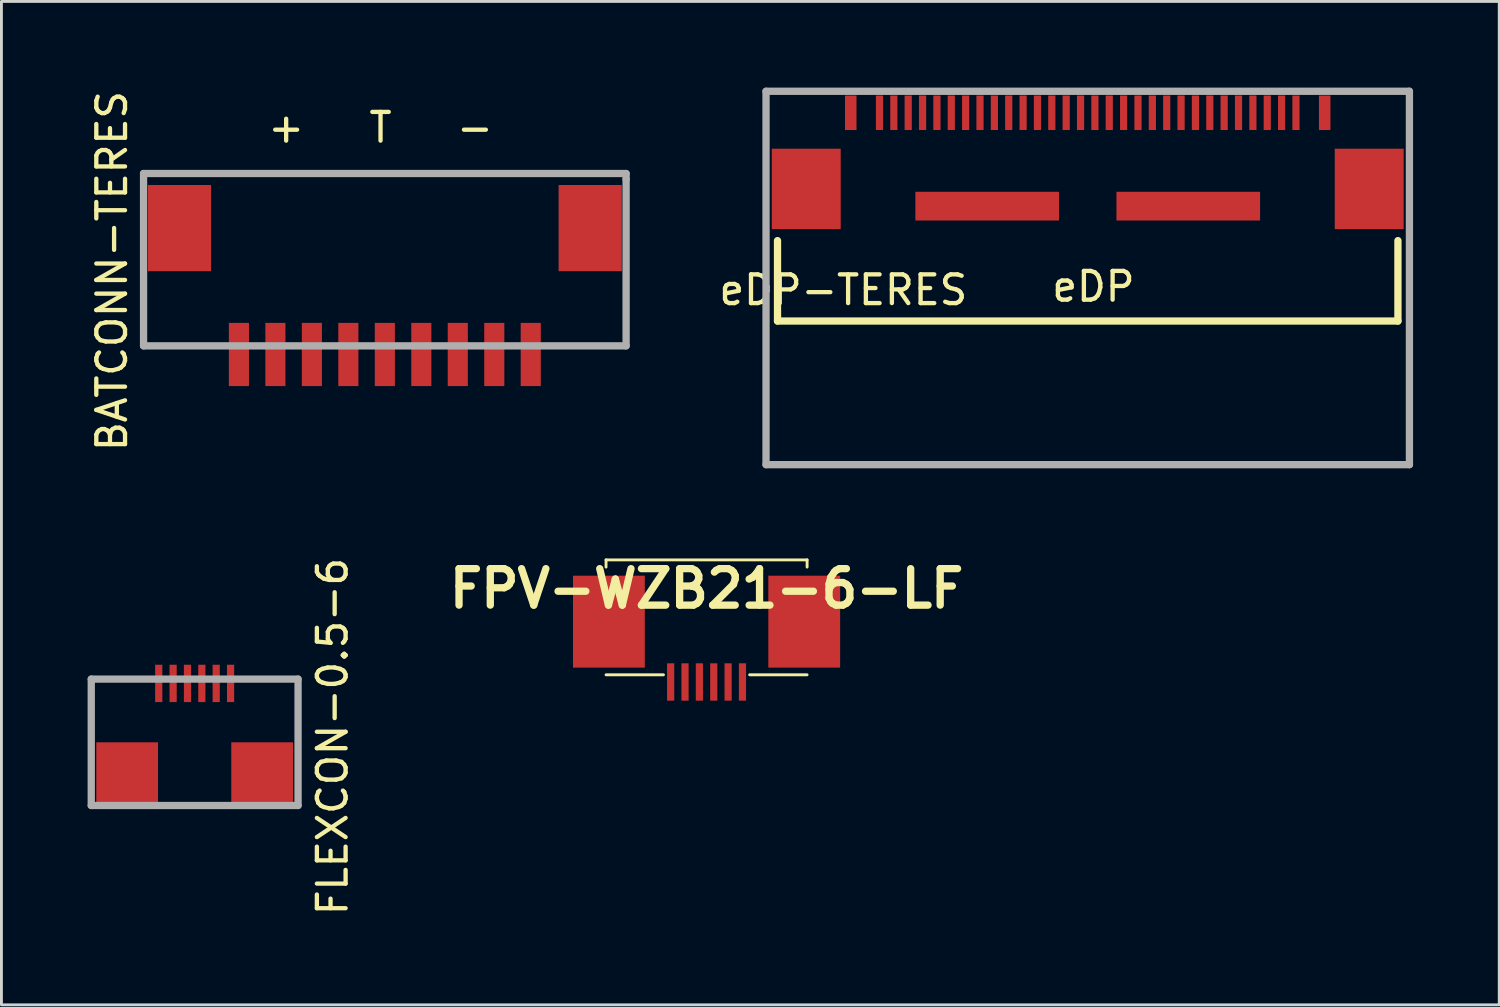
<source format=kicad_pcb>
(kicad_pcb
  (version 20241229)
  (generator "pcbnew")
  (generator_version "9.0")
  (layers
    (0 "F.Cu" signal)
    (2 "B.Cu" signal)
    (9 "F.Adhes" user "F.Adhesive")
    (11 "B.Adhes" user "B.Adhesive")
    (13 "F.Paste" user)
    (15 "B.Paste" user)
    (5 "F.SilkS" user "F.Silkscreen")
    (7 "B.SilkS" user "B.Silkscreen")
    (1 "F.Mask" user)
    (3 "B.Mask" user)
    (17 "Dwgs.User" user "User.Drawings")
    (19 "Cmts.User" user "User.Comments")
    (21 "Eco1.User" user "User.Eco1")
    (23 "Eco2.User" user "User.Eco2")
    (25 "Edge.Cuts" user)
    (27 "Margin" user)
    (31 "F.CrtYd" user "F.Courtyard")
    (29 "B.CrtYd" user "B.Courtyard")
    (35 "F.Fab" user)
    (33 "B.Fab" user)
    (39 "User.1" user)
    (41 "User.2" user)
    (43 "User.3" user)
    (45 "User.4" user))
  (footprint "BATCONN-TERES"
    (layer "F.Cu")
    (at 10.348 6.387)
    (property "Reference" "BATCONN-TERES" (at -9.5 0 270) (layer "F.SilkS") (effects (font (size 1 1) (thickness 0.15))))
    (attr through_hole)
    (fp_line (start -8.4 -3.396) (end -8.4 2.604) (stroke (width 0.254) (type solid)) (layer "F.Fab"))
    (fp_line (start -8.4 2.604) (end 8.4 2.604) (stroke (width 0.254) (type solid)) (layer "F.Fab"))
    (fp_line (start 8.4 -3.396) (end -8.4 -3.396) (stroke (width 0.254) (type solid)) (layer "F.Fab"))
    (fp_line (start 8.4 -3.196) (end 8.4 -3.396) (stroke (width 0.254) (type solid)) (layer "F.Fab"))
    (fp_line (start 8.4 2.604) (end 8.4 -3.196) (stroke (width 0.254) (type solid)) (layer "F.Fab"))
    (fp_text user "+   T   -" (at -0.15 -4.996 180) (layer "F.SilkS") (effects (font (size 1 1) (thickness 0.15))))
    (pad "0" smd rect (at -7.15 -1.496 180) (size 2.2 3) (layers "F.Cu" "F.Mask" "F.Paste"))
    (pad "0" smd rect (at 7.15 -1.496 180) (size 2.2 3) (layers "F.Cu" "F.Mask" "F.Paste"))
    (pad "1" smd rect (at -5.08 2.904 180) (size 0.7 2.2) (layers "F.Cu" "F.Mask" "F.Paste"))
    (pad "2" smd rect (at -3.81 2.904 180) (size 0.7 2.2) (layers "F.Cu" "F.Mask" "F.Paste"))
    (pad "3" smd rect (at -2.54 2.904 180) (size 0.7 2.2) (layers "F.Cu" "F.Mask" "F.Paste"))
    (pad "4" smd rect (at -1.27 2.904 180) (size 0.7 2.2) (layers "F.Cu" "F.Mask" "F.Paste"))
    (pad "5" smd rect (at 0 2.904 180) (size 0.7 2.2) (layers "F.Cu" "F.Mask" "F.Paste"))
    (pad "6" smd rect (at 1.27 2.904 180) (size 0.7 2.2) (layers "F.Cu" "F.Mask" "F.Paste"))
    (pad "7" smd rect (at 2.54 2.904 180) (size 0.7 2.2) (layers "F.Cu" "F.Mask" "F.Paste"))
    (pad "8" smd rect (at 3.81 2.904 180) (size 0.7 2.2) (layers "F.Cu" "F.Mask" "F.Paste"))
    (pad "9" smd rect (at 5.08 2.904 180) (size 0.7 2.2) (layers "F.Cu" "F.Mask" "F.Paste")))
  (footprint "FPV-WZB21-6-LF"
    (layer "F.Cu")
    (at 21.549 18.943)
    (property "Reference" "FPV-WZB21-6-LF" (at 0 -1.5 0) (layer "F.SilkS") (effects (font (size 1.27 1.27) (thickness 0.254))))
    (attr smd)
    (fp_line (start -3.5 -2.5) (end -3.5 -2.25) (stroke (width 0.1) (type solid)) (layer "F.SilkS"))
    (fp_line (start -3.5 1.5) (end -1.5 1.5) (stroke (width 0.1) (type solid)) (layer "F.SilkS"))
    (fp_line (start 1.5 1.5) (end 3.5 1.5) (stroke (width 0.1) (type solid)) (layer "F.SilkS"))
    (fp_line (start 3.5 -2.5) (end -3.5 -2.5) (stroke (width 0.1) (type solid)) (layer "F.SilkS"))
    (fp_line (start 3.5 -2.25) (end 3.5 -2.5) (stroke (width 0.1) (type solid)) (layer "F.SilkS"))
    (pad "1" smd rect (at -1.25 1.75 180) (size 0.25 1.3) (layers "F.Cu" "F.Mask" "F.Paste"))
    (pad "2" smd rect (at -0.75 1.75 180) (size 0.25 1.3) (layers "F.Cu" "F.Mask" "F.Paste"))
    (pad "3" smd rect (at -0.25 1.75 180) (size 0.25 1.3) (layers "F.Cu" "F.Mask" "F.Paste"))
    (pad "4" smd rect (at 0.25 1.75 180) (size 0.25 1.3) (layers "F.Cu" "F.Mask" "F.Paste"))
    (pad "5" smd rect (at 0.75 1.75 180) (size 0.25 1.3) (layers "F.Cu" "F.Mask" "F.Paste"))
    (pad "6" smd rect (at 1.25 1.75 180) (size 0.25 1.3) (layers "F.Cu" "F.Mask" "F.Paste"))
    (pad "P1" smd rect (at -3.4 -0.35 180) (size 2.5 3.2) (layers "F.Cu" "F.Mask" "F.Paste"))
    (pad "P2" smd rect (at 3.4 -0.35 180) (size 2.5 3.2) (layers "F.Cu" "F.Mask" "F.Paste")))
  (footprint "FLEXCON-0.5-6"
    (layer "F.Cu")
    (at 3.727 24.993)
    (property "Reference" "FLEXCON-0.5-6" (at 4.8 -2.4 90) (layer "F.SilkS") (effects (font (size 1 1) (thickness 0.15))))
    (attr through_hole)
    (fp_line (start -3.6 -4.4) (end -3.6 0) (stroke (width 0.254) (type solid)) (layer "F.Fab"))
    (fp_line (start -3.6 0) (end 3.6 0) (stroke (width 0.254) (type solid)) (layer "F.Fab"))
    (fp_line (start 3.6 -4.4) (end -3.6 -4.4) (stroke (width 0.254) (type solid)) (layer "F.Fab"))
    (fp_line (start 3.6 0) (end 3.6 -4.4) (stroke (width 0.254) (type solid)) (layer "F.Fab"))
    (pad "0" smd rect (at -2.35 -1.1) (size 2.15 2.2) (layers "F.Cu" "F.Mask" "F.Paste"))
    (pad "0" smd rect (at 2.35 -1.1) (size 2.15 2.2) (layers "F.Cu" "F.Mask" "F.Paste"))
    (pad "1" smd rect (at -1.25 -4.25) (size 0.25 1.3) (layers "F.Cu" "F.Mask" "F.Paste"))
    (pad "2" smd rect (at -0.75 -4.25) (size 0.25 1.3) (layers "F.Cu" "F.Mask" "F.Paste"))
    (pad "3" smd rect (at -0.25 -4.25) (size 0.25 1.3) (layers "F.Cu" "F.Mask" "F.Paste"))
    (pad "4" smd rect (at 0.25 -4.25) (size 0.25 1.3) (layers "F.Cu" "F.Mask" "F.Paste"))
    (pad "5" smd rect (at 0.75 -4.25) (size 0.25 1.3) (layers "F.Cu" "F.Mask" "F.Paste"))
    (pad "6" smd rect (at 1.25 -4.25) (size 0.25 1.3) (layers "F.Cu" "F.Mask" "F.Paste")))
  (footprint "eDP-TERES"
    (layer "F.Cu")
    (at 34.819 2.127)
    (property "Reference" "eDP-TERES" (at -8.509 4.92 0) (layer "F.SilkS") (effects (font (size 1 1) (thickness 0.15))))
    (attr through_hole)
    (fp_line (start -10.8 3.2) (end -10.8 6) (stroke (width 0.254) (type solid)) (layer "F.SilkS"))
    (fp_line (start -10.8 6) (end 10.8 6) (stroke (width 0.254) (type solid)) (layer "F.SilkS"))
    (fp_line (start 10.8 6) (end 10.8 3.2) (stroke (width 0.254) (type solid)) (layer "F.SilkS"))
    (fp_line (start -11.2 -2) (end -11.2 11) (stroke (width 0.254) (type solid)) (layer "F.Fab"))
    (fp_line (start -11.2 11) (end 11.2 11) (stroke (width 0.254) (type solid)) (layer "F.Fab"))
    (fp_line (start 11.2 -2) (end -11.2 -2) (stroke (width 0.254) (type solid)) (layer "F.Fab"))
    (fp_line (start 11.2 11) (end 11.2 -2) (stroke (width 0.254) (type solid)) (layer "F.Fab"))
    (fp_text user "eDP" (at 0.2 4.8 0) (layer "F.SilkS") (effects (font (size 1 1) (thickness 0.15))))
    (pad "0" smd rect (at -9.8 1.4) (size 2.4 2.8) (layers "F.Cu" "F.Mask" "F.Paste"))
    (pad "0" smd rect (at -8.25 -1.25) (size 0.4 1.2) (layers "F.Cu" "F.Mask" "F.Paste"))
    (pad "0" smd rect (at -3.5 2) (size 5 1) (layers "F.Cu" "F.Mask" "F.Paste"))
    (pad "0" smd rect (at 3.5 2) (size 5 1) (layers "F.Cu" "F.Mask" "F.Paste"))
    (pad "0" smd rect (at 8.25 -1.25) (size 0.4 1.2) (layers "F.Cu" "F.Mask" "F.Paste"))
    (pad "0" smd rect (at 9.8 1.4) (size 2.4 2.8) (layers "F.Cu" "F.Mask" "F.Paste"))
    (pad "1" smd rect (at -7.25 -1.25) (size 0.25 1.2) (layers "F.Cu" "F.Mask" "F.Paste"))
    (pad "2" smd rect (at -6.75 -1.25) (size 0.25 1.2) (layers "F.Cu" "F.Mask" "F.Paste"))
    (pad "3" smd rect (at -6.25 -1.25) (size 0.25 1.2) (layers "F.Cu" "F.Mask" "F.Paste"))
    (pad "4" smd rect (at -5.75 -1.25) (size 0.25 1.2) (layers "F.Cu" "F.Mask" "F.Paste"))
    (pad "5" smd rect (at -5.25 -1.25) (size 0.25 1.2) (layers "F.Cu" "F.Mask" "F.Paste"))
    (pad "6" smd rect (at -4.75 -1.25) (size 0.25 1.2) (layers "F.Cu" "F.Mask" "F.Paste"))
    (pad "7" smd rect (at -4.25 -1.25) (size 0.25 1.2) (layers "F.Cu" "F.Mask" "F.Paste"))
    (pad "8" smd rect (at -3.75 -1.25) (size 0.25 1.2) (layers "F.Cu" "F.Mask" "F.Paste"))
    (pad "9" smd rect (at -3.25 -1.25) (size 0.25 1.2) (layers "F.Cu" "F.Mask" "F.Paste"))
    (pad "10" smd rect (at -2.75 -1.25) (size 0.25 1.2) (layers "F.Cu" "F.Mask" "F.Paste"))
    (pad "11" smd rect (at -2.25 -1.25) (size 0.25 1.2) (layers "F.Cu" "F.Mask" "F.Paste"))
    (pad "12" smd rect (at -1.75 -1.25) (size 0.25 1.2) (layers "F.Cu" "F.Mask" "F.Paste"))
    (pad "13" smd rect (at -1.25 -1.25) (size 0.25 1.2) (layers "F.Cu" "F.Mask" "F.Paste"))
    (pad "14" smd rect (at -0.75 -1.25) (size 0.25 1.2) (layers "F.Cu" "F.Mask" "F.Paste"))
    (pad "15" smd rect (at -0.25 -1.25) (size 0.25 1.2) (layers "F.Cu" "F.Mask" "F.Paste"))
    (pad "16" smd rect (at 0.25 -1.25) (size 0.25 1.2) (layers "F.Cu" "F.Mask" "F.Paste"))
    (pad "17" smd rect (at 0.75 -1.25) (size 0.25 1.2) (layers "F.Cu" "F.Mask" "F.Paste"))
    (pad "18" smd rect (at 1.25 -1.25) (size 0.25 1.2) (layers "F.Cu" "F.Mask" "F.Paste"))
    (pad "19" smd rect (at 1.75 -1.25) (size 0.25 1.2) (layers "F.Cu" "F.Mask" "F.Paste"))
    (pad "20" smd rect (at 2.25 -1.25) (size 0.25 1.2) (layers "F.Cu" "F.Mask" "F.Paste"))
    (pad "21" smd rect (at 2.75 -1.25) (size 0.25 1.2) (layers "F.Cu" "F.Mask" "F.Paste"))
    (pad "22" smd rect (at 3.25 -1.25) (size 0.25 1.2) (layers "F.Cu" "F.Mask" "F.Paste"))
    (pad "23" smd rect (at 3.75 -1.25) (size 0.25 1.2) (layers "F.Cu" "F.Mask" "F.Paste"))
    (pad "24" smd rect (at 4.25 -1.25) (size 0.25 1.2) (layers "F.Cu" "F.Mask" "F.Paste"))
    (pad "25" smd rect (at 4.75 -1.25) (size 0.25 1.2) (layers "F.Cu" "F.Mask" "F.Paste"))
    (pad "26" smd rect (at 5.25 -1.25) (size 0.25 1.2) (layers "F.Cu" "F.Mask" "F.Paste"))
    (pad "27" smd rect (at 5.75 -1.25) (size 0.25 1.2) (layers "F.Cu" "F.Mask" "F.Paste"))
    (pad "28" smd rect (at 6.25 -1.25) (size 0.25 1.2) (layers "F.Cu" "F.Mask" "F.Paste"))
    (pad "29" smd rect (at 6.75 -1.25) (size 0.25 1.2) (layers "F.Cu" "F.Mask" "F.Paste"))
    (pad "30" smd rect (at 7.25 -1.25) (size 0.25 1.2) (layers "F.Cu" "F.Mask" "F.Paste")))
  (gr_rect
    (start -3 -3)
    (end 49.146 31.933)
    (stroke (width 0.1) (type default))
    (fill no)
    (layer "Edge.Cuts")))
</source>
